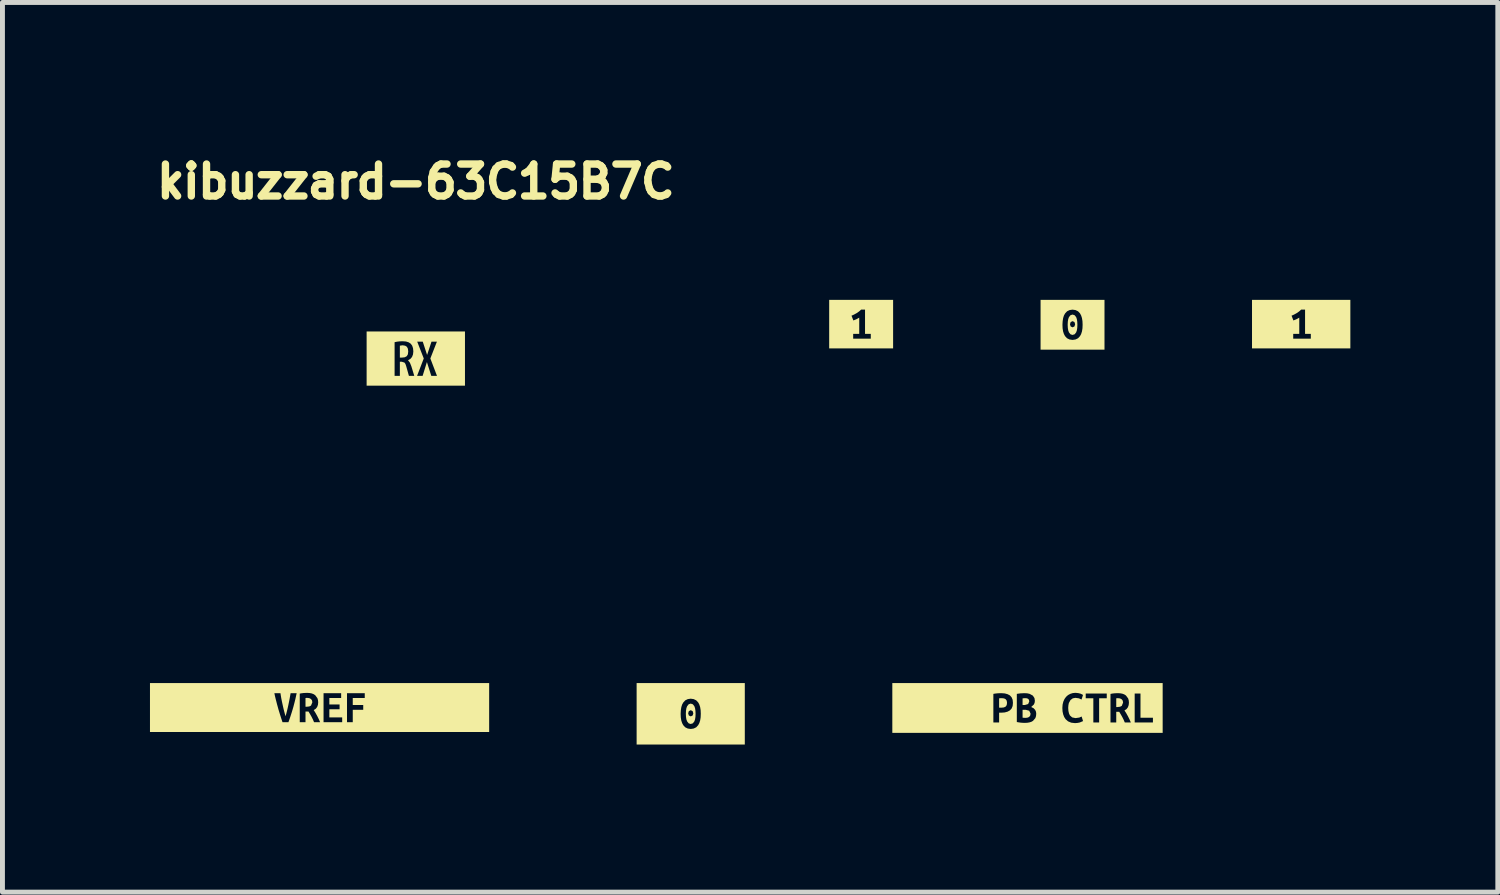
<source format=kicad_pcb>
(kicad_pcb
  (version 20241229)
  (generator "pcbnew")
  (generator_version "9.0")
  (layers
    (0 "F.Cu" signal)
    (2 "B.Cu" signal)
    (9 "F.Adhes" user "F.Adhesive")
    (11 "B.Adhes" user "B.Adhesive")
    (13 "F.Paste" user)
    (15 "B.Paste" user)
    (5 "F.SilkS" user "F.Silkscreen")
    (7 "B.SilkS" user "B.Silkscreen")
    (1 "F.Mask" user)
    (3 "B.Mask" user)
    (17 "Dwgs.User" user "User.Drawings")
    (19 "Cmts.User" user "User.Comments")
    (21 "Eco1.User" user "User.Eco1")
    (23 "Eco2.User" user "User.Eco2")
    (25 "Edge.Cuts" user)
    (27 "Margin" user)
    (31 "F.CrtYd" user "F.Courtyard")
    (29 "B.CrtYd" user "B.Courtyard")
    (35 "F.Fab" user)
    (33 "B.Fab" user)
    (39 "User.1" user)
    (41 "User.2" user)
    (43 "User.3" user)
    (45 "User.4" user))
  (footprint "kibuzzard-659BFB60"
    (layer "F.Cu")
    (at 3.449 11.339)
    (property "Reference" "kibuzzard-659BFB60" (at 0 -3.545 0) (layer "F.SilkS") (effects (font (size 0.001 0.001) (thickness 0.15))))
    (attr board_only exclude_from_pos_files exclude_from_bom)
    (fp_poly (pts (xy -0.147 -0.106) (xy -0.154 -0.146) (xy -0.176 -0.174) (xy -0.209 -0.191) (xy -0.251 -0.196) (xy -0.267 -0.196) (xy -0.286 -0.193) (xy -0.286 -0.016) (xy -0.261 -0.016) (xy -0.209 -0.022) (xy -0.174 -0.04) (xy -0.147 -0.106)) (stroke (width 0) (type solid)) (fill yes) (layer "F.SilkS"))
    (fp_poly (pts (xy -3.25 -0.497) (xy -3.449 -0.497) (xy -3.449 0.497) (xy -3.25 0.497) (xy -0.754 0.497) (xy -0.754 0.298) (xy -0.777 0.228) (xy -0.802 0.15) (xy -0.819 0.094) (xy -0.836 0.039) (xy -0.851 -0.016) (xy -0.866 -0.07) (xy -0.879 -0.122) (xy -0.892 -0.171) (xy -0.908 -0.238) (xy -0.919 -0.291) (xy -0.795 -0.291) (xy -0.788 -0.242) (xy -0.778 -0.185) (xy -0.766 -0.124) (xy -0.752 -0.06) (xy -0.738 0.003) (xy -0.723 0.066) (xy -0.707 0.125) (xy -0.692 0.178) (xy -0.677 0.126) (xy -0.662 0.067) (xy -0.647 0.004) (xy -0.633 -0.06) (xy -0.62 -0.123) (xy -0.608 -0.185) (xy -0.598 -0.242) (xy -0.589 -0.291) (xy -0.466 -0.291) (xy -0.479 -0.231) (xy -0.494 -0.164) (xy -0.512 -0.092) (xy -0.532 -0.016) (xy -0.547 0.036) (xy -0.563 0.089) (xy -0.58 0.142) (xy -0.597 0.195) (xy -0.615 0.247) (xy -0.633 0.298) (xy -0.754 0.298) (xy -0.754 0.497) (xy 0.011 0.497) (xy 0.011 0.298) (xy -0.112 0.298) (xy -0.136 0.242) (xy -0.163 0.188) (xy -0.193 0.135) (xy -0.225 0.081) (xy -0.286 0.081) (xy -0.286 0.298) (xy -0.403 0.298) (xy -0.403 -0.283) (xy -0.366 -0.29) (xy -0.324 -0.295) (xy -0.284 -0.297) (xy -0.251 -0.298) (xy -0.203 -0.295) (xy -0.16 -0.287) (xy -0.121 -0.272) (xy -0.089 -0.251) (xy -0.044 -0.191) (xy -0.032 -0.151) (xy -0.028 -0.105) (xy -0.033 -0.056) (xy -0.049 -0.011) (xy -0.077 0.025) (xy -0.119 0.052) (xy -0.084 0.107) (xy -0.049 0.17) (xy -0.016 0.236) (xy 0.011 0.298) (xy 0.011 0.497) (xy 0.081 0.497) (xy 0.081 0.298) (xy 0.081 -0.291) (xy 0.439 -0.291) (xy 0.439 -0.194) (xy 0.199 -0.194) (xy 0.199 -0.062) (xy 0.407 -0.062) (xy 0.407 0.035) (xy 0.199 0.035) (xy 0.199 0.201) (xy 0.46 0.201) (xy 0.46 0.298) (xy 0.081 0.298) (xy 0.081 0.497) (xy 0.558 0.497) (xy 0.558 0.298) (xy 0.558 -0.291) (xy 0.919 -0.291) (xy 0.919 -0.194) (xy 0.675 -0.194) (xy 0.675 -0.051) (xy 0.888 -0.051) (xy 0.888 0.046) (xy 0.675 0.046) (xy 0.675 0.298) (xy 0.558 0.298) (xy 0.558 0.497) (xy 3.25 0.497) (xy 3.449 0.497) (xy 3.449 -0.497) (xy 3.25 -0.497) (xy -3.25 -0.497)) (stroke (width 0) (type solid)) (fill yes) (layer "F.SilkS")))
  (footprint "kibuzzard-65A8FF3C"
    (layer "F.Cu")
    (at 14.463 3.542)
    (property "Reference" "kibuzzard-65A8FF3C" (at 0 -3.541 0) (layer "F.SilkS") (effects (font (size 0.001 0.001) (thickness 0.15))))
    (attr board_only exclude_from_pos_files exclude_from_bom)
    (fp_poly (pts (xy -0.451 -0.493) (xy -0.65 -0.493) (xy -0.65 0.493) (xy -0.451 0.493) (xy 0.196 0.493) (xy 0.196 0.295) (xy -0.162 0.295) (xy -0.162 0.198) (xy -0.039 0.198) (xy -0.039 -0.132) (xy -0.1 -0.098) (xy -0.158 -0.075) (xy -0.196 -0.172) (xy -0.146 -0.194) (xy -0.093 -0.223) (xy -0.042 -0.258) (xy -0.001 -0.295) (xy 0.079 -0.295) (xy 0.079 0.198) (xy 0.196 0.198) (xy 0.196 0.295) (xy 0.196 0.493) (xy 0.451 0.493) (xy 0.65 0.493) (xy 0.65 -0.493) (xy 0.451 -0.493) (xy -0.451 -0.493)) (stroke (width 0) (type solid)) (fill yes) (layer "F.SilkS")))
  (footprint "kibuzzard-63C15B7C"
    (layer "F.Cu")
    (at 5.406 4.242)
    (property "Reference" "kibuzzard-63C15B7C" (at 0 -3.599 0) (layer "F.SilkS") (effects (font (size 0.65 0.65) (thickness 0.15))))
    (attr board_only exclude_from_pos_files exclude_from_bom)
    (fp_poly (pts (xy -0.324 -0.019) (xy -0.287 -0.019) (xy -0.225 -0.026) (xy -0.184 -0.048) (xy -0.161 -0.086) (xy -0.154 -0.145) (xy -0.161 -0.201) (xy -0.182 -0.24) (xy -0.218 -0.262) (xy -0.269 -0.27) (xy -0.324 -0.262) (xy -0.324 -0.019)) (stroke (width 0) (type solid)) (fill yes) (layer "F.SilkS"))
    (fp_poly (pts (xy -0.801 -0.551) (xy -1 -0.551) (xy -1 0.551) (xy -0.801 0.551) (xy -0.031 0.551) (xy -0.031 0.352) (xy -0.14 0.352) (xy -0.196 0.152) (xy -0.211 0.109) (xy -0.23 0.082) (xy -0.287 0.064) (xy -0.324 0.064) (xy -0.324 0.352) (xy -0.431 0.352) (xy -0.431 -0.333) (xy -0.378 -0.344) (xy -0.324 -0.35) (xy -0.269 -0.352) (xy -0.2 -0.347) (xy -0.145 -0.33) (xy -0.103 -0.302) (xy -0.074 -0.263) (xy -0.056 -0.21) (xy -0.05 -0.145) (xy -0.057 -0.083) (xy -0.077 -0.032) (xy -0.11 0.007) (xy -0.157 0.034) (xy -0.157 0.036) (xy -0.12 0.083) (xy -0.09 0.158) (xy -0.031 0.352) (xy -0.031 0.551) (xy 0.431 0.551) (xy 0.431 0.352) (xy 0.315 0.352) (xy 0.227 0.074) (xy 0.225 0.074) (xy 0.139 0.352) (xy 0.026 0.352) (xy 0.162 -0.002) (xy 0.029 -0.343) (xy 0.142 -0.343) (xy 0.229 -0.076) (xy 0.231 -0.076) (xy 0.319 -0.343) (xy 0.429 -0.343) (xy 0.296 -0.002) (xy 0.431 0.352) (xy 0.431 0.551) (xy 0.801 0.551) (xy 1 0.551) (xy 1 -0.551) (xy 0.801 -0.551) (xy -0.801 -0.551)) (stroke (width 0) (type solid)) (fill yes) (layer "F.SilkS")))
  (footprint "kibuzzard-659E851E"
    (layer "F.Cu")
    (at 17.846 11.348)
    (property "Reference" "kibuzzard-659E851E" (at 0 -3.554 0) (layer "F.SilkS") (effects (font (size 0.001 0.001) (thickness 0.15))))
    (attr board_only exclude_from_pos_files exclude_from_bom)
    (fp_poly (pts (xy -0.1 0.037) (xy -0.1 0.197) (xy -0.073 0.2) (xy -0.044 0.201) (xy -0.005 0.198) (xy 0.029 0.185) (xy 0.053 0.16) (xy 0.063 0.117) (xy 0.035 0.056) (xy -0.037 0.037) (xy -0.1 0.037)) (stroke (width 0) (type solid)) (fill yes) (layer "F.SilkS"))
    (fp_poly (pts (xy -0.055 -0.06) (xy 0.013 -0.08) (xy 0.036 -0.133) (xy 0.029 -0.167) (xy 0.011 -0.187) (xy -0.015 -0.197) (xy -0.047 -0.199) (xy -0.075 -0.198) (xy -0.1 -0.195) (xy -0.1 -0.06) (xy -0.055 -0.06)) (stroke (width 0) (type solid)) (fill yes) (layer "F.SilkS"))
    (fp_poly (pts (xy 1.944 -0.109) (xy 1.937 -0.149) (xy 1.915 -0.177) (xy 1.882 -0.194) (xy 1.84 -0.199) (xy 1.824 -0.199) (xy 1.805 -0.196) (xy 1.805 -0.019) (xy 1.83 -0.019) (xy 1.882 -0.025) (xy 1.917 -0.042) (xy 1.944 -0.109)) (stroke (width 0) (type solid)) (fill yes) (layer "F.SilkS"))
    (fp_poly (pts (xy -0.518 -0.199) (xy -0.547 -0.199) (xy -0.577 -0.196) (xy -0.577 -0.006) (xy -0.529 -0.006) (xy -0.48 -0.011) (xy -0.444 -0.028) (xy -0.423 -0.058) (xy -0.416 -0.105) (xy -0.423 -0.149) (xy -0.444 -0.178) (xy -0.476 -0.194) (xy -0.518 -0.199)) (stroke (width 0) (type solid)) (fill yes) (layer "F.SilkS"))
    (fp_poly (pts (xy -2.551 -0.506) (xy -2.749 -0.506) (xy -2.749 0.506) (xy -2.551 0.506) (xy -0.577 0.506) (xy -0.577 0.295) (xy -0.694 0.295) (xy -0.694 -0.287) (xy -0.655 -0.293) (xy -0.612 -0.298) (xy -0.569 -0.3) (xy -0.532 -0.301) (xy -0.462 -0.296) (xy -0.404 -0.28) (xy -0.357 -0.255) (xy -0.323 -0.217) (xy -0.302 -0.167) (xy -0.296 -0.104) (xy -0.302 -0.04) (xy -0.323 0.011) (xy -0.358 0.049) (xy -0.405 0.075) (xy -0.464 0.091) (xy -0.535 0.096) (xy -0.577 0.096) (xy -0.577 0.295) (xy -0.577 0.506) (xy -0.054 0.506) (xy -0.054 0.303) (xy -0.093 0.302) (xy -0.135 0.299) (xy -0.176 0.293) (xy -0.217 0.286) (xy -0.217 -0.287) (xy -0.144 -0.297) (xy -0.065 -0.301) (xy -0.005 -0.298) (xy 0.044 -0.287) (xy 0.109 -0.251) (xy 0.142 -0.201) (xy 0.15 -0.146) (xy 0.145 -0.106) (xy 0.13 -0.071) (xy 0.075 -0.02) (xy 0.125 0.006) (xy 0.156 0.039) (xy 0.173 0.077) (xy 0.178 0.117) (xy 0.173 0.166) (xy 0.16 0.206) (xy 0.111 0.263) (xy 0.077 0.282) (xy 0.037 0.294) (xy -0.007 0.301) (xy -0.054 0.303) (xy -0.054 0.506) (xy 0.966 0.506) (xy 0.966 0.308) (xy 0.889 0.299) (xy 0.825 0.272) (xy 0.775 0.228) (xy 0.746 0.183) (xy 0.726 0.131) (xy 0.713 0.07) (xy 0.709 0) (xy 0.714 -0.069) (xy 0.729 -0.13) (xy 0.753 -0.183) (xy 0.785 -0.227) (xy 0.824 -0.262) (xy 0.87 -0.287) (xy 0.921 -0.303) (xy 0.977 -0.308) (xy 1.034 -0.302) (xy 1.078 -0.291) (xy 1.11 -0.276) (xy 1.129 -0.265) (xy 1.099 -0.171) (xy 1.046 -0.196) (xy 0.975 -0.206) (xy 0.921 -0.196) (xy 0.875 -0.162) (xy 0.841 -0.1) (xy 0.832 -0.056) (xy 0.828 -0.003) (xy 0.832 0.059) (xy 0.844 0.111) (xy 0.863 0.152) (xy 0.909 0.192) (xy 0.977 0.206) (xy 1.053 0.195) (xy 1.101 0.174) (xy 1.13 0.267) (xy 1.063 0.295) (xy 1.018 0.304) (xy 0.966 0.308) (xy 0.966 0.506) (xy 1.457 0.506) (xy 1.457 0.295) (xy 1.339 0.295) (xy 1.339 -0.197) (xy 1.184 -0.197) (xy 1.184 -0.294) (xy 1.612 -0.294) (xy 1.612 -0.197) (xy 1.457 -0.197) (xy 1.457 0.295) (xy 1.457 0.506) (xy 2.102 0.506) (xy 2.102 0.295) (xy 1.979 0.295) (xy 1.955 0.239) (xy 1.928 0.185) (xy 1.898 0.132) (xy 1.866 0.078) (xy 1.805 0.078) (xy 1.805 0.295) (xy 1.688 0.295) (xy 1.688 -0.286) (xy 1.725 -0.293) (xy 1.767 -0.298) (xy 1.807 -0.3) (xy 1.84 -0.301) (xy 1.888 -0.298) (xy 1.931 -0.29) (xy 1.97 -0.275) (xy 2.002 -0.254) (xy 2.047 -0.194) (xy 2.059 -0.154) (xy 2.063 -0.108) (xy 2.058 -0.059) (xy 2.042 -0.014) (xy 2.014 0.023) (xy 1.972 0.05) (xy 2.007 0.104) (xy 2.042 0.167) (xy 2.075 0.233) (xy 2.102 0.295) (xy 2.102 0.506) (xy 2.551 0.506) (xy 2.551 0.295) (xy 2.18 0.295) (xy 2.18 -0.294) (xy 2.298 -0.294) (xy 2.298 0.198) (xy 2.551 0.198) (xy 2.551 0.295) (xy 2.551 0.506) (xy 2.749 0.506) (xy 2.749 -0.506) (xy 2.551 -0.506) (xy -2.551 -0.506)) (stroke (width 0) (type solid)) (fill yes) (layer "F.SilkS")))
  (footprint "kibuzzard-659C00BE"
    (layer "F.Cu")
    (at 10.997 11.467)
    (property "Reference" "kibuzzard-659C00BE" (at 0 -3.673 0) (layer "F.SilkS") (effects (font (size 0.001 0.001) (thickness 0.15))))
    (attr board_only exclude_from_pos_files exclude_from_bom)
    (fp_poly (pts (xy 0.099 -0.001) (xy 0.096 -0.063) (xy 0.088 -0.114) (xy 0.074 -0.155) (xy 0.043 -0.194) (xy 0 -0.208) (xy -0.042 -0.194) (xy -0.073 -0.155) (xy -0.088 -0.114) (xy -0.096 -0.063) (xy -0.099 -0.001) (xy -0.096 0.062) (xy -0.088 0.113) (xy -0.073 0.154) (xy -0.042 0.193) (xy 0 0.207) (xy 0.001 0.206) (xy 0.001 0.052) (xy -0.038 0.034) (xy -0.052 -0.01) (xy -0.038 -0.055) (xy 0.001 -0.074) (xy 0.039 -0.055) (xy 0.053 -0.01) (xy 0.039 0.034) (xy 0.001 0.052) (xy 0.001 0.206) (xy 0.043 0.193) (xy 0.074 0.154) (xy 0.088 0.113) (xy 0.096 0.062) (xy 0.099 -0.001)) (stroke (width 0) (type solid)) (fill yes) (layer "F.SilkS"))
    (fp_poly (pts (xy -0.703 -0.625) (xy -1.1 -0.625) (xy -1.1 0.625) (xy -0.703 0.625) (xy 0 0.625) (xy 0 0.308) (xy -0.061 0.299) (xy -0.112 0.274) (xy -0.152 0.231) (xy -0.175 0.188) (xy -0.192 0.135) (xy -0.202 0.072) (xy -0.205 -0.001) (xy -0.201 -0.073) (xy -0.191 -0.136) (xy -0.175 -0.188) (xy -0.151 -0.231) (xy -0.111 -0.274) (xy -0.06 -0.299) (xy 0 -0.308) (xy 0.061 -0.299) (xy 0.112 -0.274) (xy 0.152 -0.232) (xy 0.175 -0.189) (xy 0.192 -0.136) (xy 0.202 -0.074) (xy 0.205 -0.001) (xy 0.202 0.072) (xy 0.192 0.135) (xy 0.175 0.188) (xy 0.152 0.231) (xy 0.112 0.274) (xy 0.061 0.299) (xy 0 0.308) (xy 0 0.625) (xy 0.703 0.625) (xy 1.1 0.625) (xy 1.1 -0.625) (xy 0.703 -0.625) (xy -0.703 -0.625)) (stroke (width 0) (type solid)) (fill yes) (layer "F.SilkS")))
  (footprint "kibuzzard-65A8FFDE"
    (layer "F.Cu")
    (at 23.412 3.542)
    (property "Reference" "kibuzzard-65A8FFDE" (at 0 -3.541 0) (layer "F.SilkS") (effects (font (size 0.001 0.001) (thickness 0.15))))
    (attr board_only exclude_from_pos_files exclude_from_bom)
    (fp_poly (pts (xy -0.801 -0.493) (xy -1 -0.493) (xy -1 0.493) (xy -0.801 0.493) (xy 0.196 0.493) (xy 0.196 0.295) (xy -0.162 0.295) (xy -0.162 0.198) (xy -0.039 0.198) (xy -0.039 -0.132) (xy -0.1 -0.098) (xy -0.158 -0.075) (xy -0.196 -0.172) (xy -0.146 -0.194) (xy -0.093 -0.223) (xy -0.042 -0.258) (xy -0.001 -0.295) (xy 0.079 -0.295) (xy 0.079 0.198) (xy 0.196 0.198) (xy 0.196 0.295) (xy 0.196 0.493) (xy 0.801 0.493) (xy 1 0.493) (xy 1 -0.493) (xy 0.801 -0.493) (xy -0.801 -0.493)) (stroke (width 0) (type solid)) (fill yes) (layer "F.SilkS")))
  (footprint "kibuzzard-65A8FF23"
    (layer "F.Cu")
    (at 18.762 3.555)
    (property "Reference" "kibuzzard-65A8FF23" (at 0 -3.554 0) (layer "F.SilkS") (effects (font (size 0.001 0.001) (thickness 0.15))))
    (attr board_only exclude_from_pos_files exclude_from_bom)
    (fp_poly (pts (xy 0.099 -0.001) (xy 0.096 -0.063) (xy 0.088 -0.114) (xy 0.074 -0.155) (xy 0.043 -0.194) (xy 0 -0.208) (xy -0.042 -0.194) (xy -0.073 -0.155) (xy -0.088 -0.114) (xy -0.096 -0.063) (xy -0.099 -0.001) (xy -0.096 0.062) (xy -0.088 0.113) (xy -0.073 0.154) (xy -0.042 0.193) (xy 0 0.207) (xy 0.001 0.206) (xy 0.001 0.052) (xy -0.038 0.034) (xy -0.052 -0.01) (xy -0.038 -0.055) (xy 0.001 -0.074) (xy 0.039 -0.055) (xy 0.053 -0.01) (xy 0.039 0.034) (xy 0.001 0.052) (xy 0.001 0.206) (xy 0.043 0.193) (xy 0.074 0.154) (xy 0.088 0.113) (xy 0.096 0.062) (xy 0.099 -0.001)) (stroke (width 0) (type solid)) (fill yes) (layer "F.SilkS"))
    (fp_poly (pts (xy -0.451 -0.506) (xy -0.65 -0.506) (xy -0.65 0.506) (xy -0.451 0.506) (xy 0 0.506) (xy 0 0.308) (xy -0.061 0.299) (xy -0.112 0.274) (xy -0.152 0.231) (xy -0.175 0.188) (xy -0.192 0.135) (xy -0.202 0.072) (xy -0.205 -0.001) (xy -0.201 -0.073) (xy -0.191 -0.136) (xy -0.175 -0.188) (xy -0.151 -0.231) (xy -0.111 -0.274) (xy -0.06 -0.299) (xy 0 -0.308) (xy 0.061 -0.299) (xy 0.112 -0.274) (xy 0.152 -0.232) (xy 0.175 -0.189) (xy 0.192 -0.136) (xy 0.202 -0.074) (xy 0.205 -0.001) (xy 0.202 0.072) (xy 0.192 0.135) (xy 0.175 0.188) (xy 0.152 0.231) (xy 0.112 0.274) (xy 0.061 0.299) (xy 0 0.308) (xy 0 0.506) (xy 0.451 0.506) (xy 0.65 0.506) (xy 0.65 -0.506) (xy 0.451 -0.506) (xy -0.451 -0.506)) (stroke (width 0) (type solid)) (fill yes) (layer "F.SilkS")))
  (gr_rect
    (start -3 -3)
    (end 27.411 15.093)
    (stroke (width 0.1) (type default))
    (fill no)
    (layer "Edge.Cuts")))
</source>
